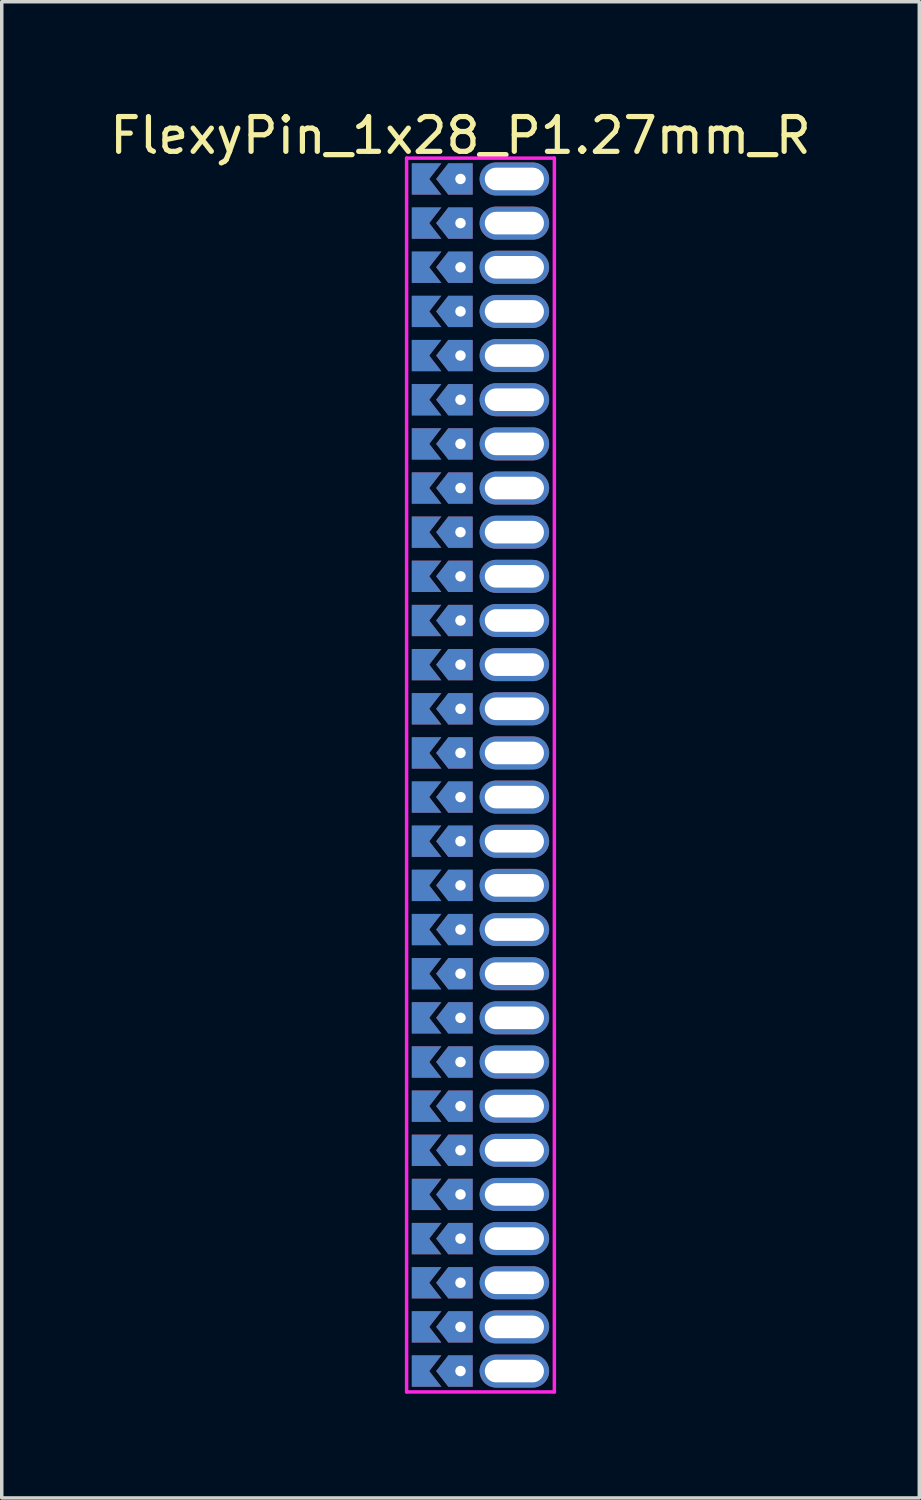
<source format=kicad_pcb>
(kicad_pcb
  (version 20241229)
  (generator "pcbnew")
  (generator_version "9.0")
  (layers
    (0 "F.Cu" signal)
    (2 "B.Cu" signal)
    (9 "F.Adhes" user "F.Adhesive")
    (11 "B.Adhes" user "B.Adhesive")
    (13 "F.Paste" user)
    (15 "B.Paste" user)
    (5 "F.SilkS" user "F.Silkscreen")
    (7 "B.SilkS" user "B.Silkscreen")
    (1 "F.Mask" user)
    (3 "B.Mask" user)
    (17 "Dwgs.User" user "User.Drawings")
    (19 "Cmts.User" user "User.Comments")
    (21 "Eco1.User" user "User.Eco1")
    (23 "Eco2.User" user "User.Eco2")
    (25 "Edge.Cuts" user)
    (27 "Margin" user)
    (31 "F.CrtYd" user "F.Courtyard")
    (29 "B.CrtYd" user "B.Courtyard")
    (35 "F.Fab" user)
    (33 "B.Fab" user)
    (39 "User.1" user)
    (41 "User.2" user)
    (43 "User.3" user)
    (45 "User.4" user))
  (footprint "FlexyPin_1x28_P1.27mm_R"
    (layer "F.Cu")
    (at 10.196 2.098)
    (property "Reference" "FlexyPin_1x28_P1.27mm_R" (at 0 -1.25 0) (layer "F.SilkS") (effects (font (size 1 1) (thickness 0.15))))
    (attr through_hole)
    (fp_line (start -1.55 -0.6) (end 2.7 -0.6) (stroke (width 0.1) (type solid)) (layer "F.CrtYd"))
    (fp_line (start -1.55 34.89) (end -1.55 -0.6) (stroke (width 0.1) (type solid)) (layer "F.CrtYd"))
    (fp_line (start 2.7 -0.6) (end 2.7 34.89) (stroke (width 0.1) (type solid)) (layer "F.CrtYd"))
    (fp_line (start 2.7 34.89) (end -1.55 34.89) (stroke (width 0.1) (type solid)) (layer "F.CrtYd"))
    (pad "" thru_hole custom (at 0 0) (size 0.3 0.3) (drill 0.6) (layers "*.Cu" "*.Mask") (options (anchor rect)) (primitives (gr_poly (pts (xy 0.35 0.45) (xy 0.35 -0.45) (xy -0.35 -0.45) (xy -0.7 0) (xy -0.35 0.45)) (width 0) (fill yes))))
    (pad "" thru_hole custom (at 0 1.27) (size 0.3 0.3) (drill 0.6) (layers "*.Cu" "*.Mask") (options (anchor rect)) (primitives (gr_poly (pts (xy 0.35 0.45) (xy 0.35 -0.45) (xy -0.35 -0.45) (xy -0.7 0) (xy -0.35 0.45)) (width 0) (fill yes))))
    (pad "" thru_hole custom (at 0 2.54) (size 0.3 0.3) (drill 0.6) (layers "*.Cu" "*.Mask") (options (anchor rect)) (primitives (gr_poly (pts (xy 0.35 0.45) (xy 0.35 -0.45) (xy -0.35 -0.45) (xy -0.7 0) (xy -0.35 0.45)) (width 0) (fill yes))))
    (pad "" thru_hole custom (at 0 3.81) (size 0.3 0.3) (drill 0.6) (layers "*.Cu" "*.Mask") (options (anchor rect)) (primitives (gr_poly (pts (xy 0.35 0.45) (xy 0.35 -0.45) (xy -0.35 -0.45) (xy -0.7 0) (xy -0.35 0.45)) (width 0) (fill yes))))
    (pad "" thru_hole custom (at 0 5.08) (size 0.3 0.3) (drill 0.6) (layers "*.Cu" "*.Mask") (options (anchor rect)) (primitives (gr_poly (pts (xy 0.35 0.45) (xy 0.35 -0.45) (xy -0.35 -0.45) (xy -0.7 0) (xy -0.35 0.45)) (width 0) (fill yes))))
    (pad "" thru_hole custom (at 0 6.35) (size 0.3 0.3) (drill 0.6) (layers "*.Cu" "*.Mask") (options (anchor rect)) (primitives (gr_poly (pts (xy 0.35 0.45) (xy 0.35 -0.45) (xy -0.35 -0.45) (xy -0.7 0) (xy -0.35 0.45)) (width 0) (fill yes))))
    (pad "" thru_hole custom (at 0 7.62) (size 0.3 0.3) (drill 0.6) (layers "*.Cu" "*.Mask") (options (anchor rect)) (primitives (gr_poly (pts (xy 0.35 0.45) (xy 0.35 -0.45) (xy -0.35 -0.45) (xy -0.7 0) (xy -0.35 0.45)) (width 0) (fill yes))))
    (pad "" thru_hole custom (at 0 8.89) (size 0.3 0.3) (drill 0.6) (layers "*.Cu" "*.Mask") (options (anchor rect)) (primitives (gr_poly (pts (xy 0.35 0.45) (xy 0.35 -0.45) (xy -0.35 -0.45) (xy -0.7 0) (xy -0.35 0.45)) (width 0) (fill yes))))
    (pad "" thru_hole custom (at 0 10.16) (size 0.3 0.3) (drill 0.6) (layers "*.Cu" "*.Mask") (options (anchor rect)) (primitives (gr_poly (pts (xy 0.35 0.45) (xy 0.35 -0.45) (xy -0.35 -0.45) (xy -0.7 0) (xy -0.35 0.45)) (width 0) (fill yes))))
    (pad "" thru_hole custom (at 0 11.43) (size 0.3 0.3) (drill 0.6) (layers "*.Cu" "*.Mask") (options (anchor rect)) (primitives (gr_poly (pts (xy 0.35 0.45) (xy 0.35 -0.45) (xy -0.35 -0.45) (xy -0.7 0) (xy -0.35 0.45)) (width 0) (fill yes))))
    (pad "" thru_hole custom (at 0 12.7) (size 0.3 0.3) (drill 0.6) (layers "*.Cu" "*.Mask") (options (anchor rect)) (primitives (gr_poly (pts (xy 0.35 0.45) (xy 0.35 -0.45) (xy -0.35 -0.45) (xy -0.7 0) (xy -0.35 0.45)) (width 0) (fill yes))))
    (pad "" thru_hole custom (at 0 13.97) (size 0.3 0.3) (drill 0.6) (layers "*.Cu" "*.Mask") (options (anchor rect)) (primitives (gr_poly (pts (xy 0.35 0.45) (xy 0.35 -0.45) (xy -0.35 -0.45) (xy -0.7 0) (xy -0.35 0.45)) (width 0) (fill yes))))
    (pad "" thru_hole custom (at 0 15.24) (size 0.3 0.3) (drill 0.6) (layers "*.Cu" "*.Mask") (options (anchor rect)) (primitives (gr_poly (pts (xy 0.35 0.45) (xy 0.35 -0.45) (xy -0.35 -0.45) (xy -0.7 0) (xy -0.35 0.45)) (width 0) (fill yes))))
    (pad "" thru_hole custom (at 0 16.51) (size 0.3 0.3) (drill 0.6) (layers "*.Cu" "*.Mask") (options (anchor rect)) (primitives (gr_poly (pts (xy 0.35 0.45) (xy 0.35 -0.45) (xy -0.35 -0.45) (xy -0.7 0) (xy -0.35 0.45)) (width 0) (fill yes))))
    (pad "" thru_hole custom (at 0 17.78) (size 0.3 0.3) (drill 0.6) (layers "*.Cu" "*.Mask") (options (anchor rect)) (primitives (gr_poly (pts (xy 0.35 0.45) (xy 0.35 -0.45) (xy -0.35 -0.45) (xy -0.7 0) (xy -0.35 0.45)) (width 0) (fill yes))))
    (pad "" thru_hole custom (at 0 19.05) (size 0.3 0.3) (drill 0.6) (layers "*.Cu" "*.Mask") (options (anchor rect)) (primitives (gr_poly (pts (xy 0.35 0.45) (xy 0.35 -0.45) (xy -0.35 -0.45) (xy -0.7 0) (xy -0.35 0.45)) (width 0) (fill yes))))
    (pad "" thru_hole custom (at 0 20.32) (size 0.3 0.3) (drill 0.6) (layers "*.Cu" "*.Mask") (options (anchor rect)) (primitives (gr_poly (pts (xy 0.35 0.45) (xy 0.35 -0.45) (xy -0.35 -0.45) (xy -0.7 0) (xy -0.35 0.45)) (width 0) (fill yes))))
    (pad "" thru_hole custom (at 0 21.59) (size 0.3 0.3) (drill 0.6) (layers "*.Cu" "*.Mask") (options (anchor rect)) (primitives (gr_poly (pts (xy 0.35 0.45) (xy 0.35 -0.45) (xy -0.35 -0.45) (xy -0.7 0) (xy -0.35 0.45)) (width 0) (fill yes))))
    (pad "" thru_hole custom (at 0 22.86) (size 0.3 0.3) (drill 0.6) (layers "*.Cu" "*.Mask") (options (anchor rect)) (primitives (gr_poly (pts (xy 0.35 0.45) (xy 0.35 -0.45) (xy -0.35 -0.45) (xy -0.7 0) (xy -0.35 0.45)) (width 0) (fill yes))))
    (pad "" thru_hole custom (at 0 24.13) (size 0.3 0.3) (drill 0.6) (layers "*.Cu" "*.Mask") (options (anchor rect)) (primitives (gr_poly (pts (xy 0.35 0.45) (xy 0.35 -0.45) (xy -0.35 -0.45) (xy -0.7 0) (xy -0.35 0.45)) (width 0) (fill yes))))
    (pad "" thru_hole custom (at 0 25.4) (size 0.3 0.3) (drill 0.6) (layers "*.Cu" "*.Mask") (options (anchor rect)) (primitives (gr_poly (pts (xy 0.35 0.45) (xy 0.35 -0.45) (xy -0.35 -0.45) (xy -0.7 0) (xy -0.35 0.45)) (width 0) (fill yes))))
    (pad "" thru_hole custom (at 0 26.67) (size 0.3 0.3) (drill 0.6) (layers "*.Cu" "*.Mask") (options (anchor rect)) (primitives (gr_poly (pts (xy 0.35 0.45) (xy 0.35 -0.45) (xy -0.35 -0.45) (xy -0.7 0) (xy -0.35 0.45)) (width 0) (fill yes))))
    (pad "" thru_hole custom (at 0 27.94) (size 0.3 0.3) (drill 0.6) (layers "*.Cu" "*.Mask") (options (anchor rect)) (primitives (gr_poly (pts (xy 0.35 0.45) (xy 0.35 -0.45) (xy -0.35 -0.45) (xy -0.7 0) (xy -0.35 0.45)) (width 0) (fill yes))))
    (pad "" thru_hole custom (at 0 29.21) (size 0.3 0.3) (drill 0.6) (layers "*.Cu" "*.Mask") (options (anchor rect)) (primitives (gr_poly (pts (xy 0.35 0.45) (xy 0.35 -0.45) (xy -0.35 -0.45) (xy -0.7 0) (xy -0.35 0.45)) (width 0) (fill yes))))
    (pad "" thru_hole custom (at 0 30.48) (size 0.3 0.3) (drill 0.6) (layers "*.Cu" "*.Mask") (options (anchor rect)) (primitives (gr_poly (pts (xy 0.35 0.45) (xy 0.35 -0.45) (xy -0.35 -0.45) (xy -0.7 0) (xy -0.35 0.45)) (width 0) (fill yes))))
    (pad "" thru_hole custom (at 0 31.75) (size 0.3 0.3) (drill 0.6) (layers "*.Cu" "*.Mask") (options (anchor rect)) (primitives (gr_poly (pts (xy 0.35 0.45) (xy 0.35 -0.45) (xy -0.35 -0.45) (xy -0.7 0) (xy -0.35 0.45)) (width 0) (fill yes))))
    (pad "" thru_hole custom (at 0 33.02) (size 0.3 0.3) (drill 0.6) (layers "*.Cu" "*.Mask") (options (anchor rect)) (primitives (gr_poly (pts (xy 0.35 0.45) (xy 0.35 -0.45) (xy -0.35 -0.45) (xy -0.7 0) (xy -0.35 0.45)) (width 0) (fill yes))))
    (pad "" thru_hole custom (at 0 34.29) (size 0.3 0.3) (drill 0.6) (layers "*.Cu" "*.Mask") (options (anchor rect)) (primitives (gr_poly (pts (xy 0.35 0.45) (xy 0.35 -0.45) (xy -0.35 -0.45) (xy -0.7 0) (xy -0.35 0.45)) (width 0) (fill yes))))
    (pad "" thru_hole oval (at 1.55 0) (size 2 0.95) (drill oval 1.7 0.65) (layers "*.Cu" "*.Mask"))
    (pad "" thru_hole oval (at 1.55 1.27) (size 2 0.95) (drill oval 1.7 0.65) (layers "*.Cu" "*.Mask"))
    (pad "" thru_hole oval (at 1.55 2.54) (size 2 0.95) (drill oval 1.7 0.65) (layers "*.Cu" "*.Mask"))
    (pad "" thru_hole oval (at 1.55 3.81) (size 2 0.95) (drill oval 1.7 0.65) (layers "*.Cu" "*.Mask"))
    (pad "" thru_hole oval (at 1.55 5.08) (size 2 0.95) (drill oval 1.7 0.65) (layers "*.Cu" "*.Mask"))
    (pad "" thru_hole oval (at 1.55 6.35) (size 2 0.95) (drill oval 1.7 0.65) (layers "*.Cu" "*.Mask"))
    (pad "" thru_hole oval (at 1.55 7.62) (size 2 0.95) (drill oval 1.7 0.65) (layers "*.Cu" "*.Mask"))
    (pad "" thru_hole oval (at 1.55 8.89) (size 2 0.95) (drill oval 1.7 0.65) (layers "*.Cu" "*.Mask"))
    (pad "" thru_hole oval (at 1.55 10.16) (size 2 0.95) (drill oval 1.7 0.65) (layers "*.Cu" "*.Mask"))
    (pad "" thru_hole oval (at 1.55 11.43) (size 2 0.95) (drill oval 1.7 0.65) (layers "*.Cu" "*.Mask"))
    (pad "" thru_hole oval (at 1.55 12.7) (size 2 0.95) (drill oval 1.7 0.65) (layers "*.Cu" "*.Mask"))
    (pad "" thru_hole oval (at 1.55 13.97) (size 2 0.95) (drill oval 1.7 0.65) (layers "*.Cu" "*.Mask"))
    (pad "" thru_hole oval (at 1.55 15.24) (size 2 0.95) (drill oval 1.7 0.65) (layers "*.Cu" "*.Mask"))
    (pad "" thru_hole oval (at 1.55 16.51) (size 2 0.95) (drill oval 1.7 0.65) (layers "*.Cu" "*.Mask"))
    (pad "" thru_hole oval (at 1.55 17.78) (size 2 0.95) (drill oval 1.7 0.65) (layers "*.Cu" "*.Mask"))
    (pad "" thru_hole oval (at 1.55 19.05) (size 2 0.95) (drill oval 1.7 0.65) (layers "*.Cu" "*.Mask"))
    (pad "" thru_hole oval (at 1.55 20.32) (size 2 0.95) (drill oval 1.7 0.65) (layers "*.Cu" "*.Mask"))
    (pad "" thru_hole oval (at 1.55 21.59) (size 2 0.95) (drill oval 1.7 0.65) (layers "*.Cu" "*.Mask"))
    (pad "" thru_hole oval (at 1.55 22.86) (size 2 0.95) (drill oval 1.7 0.65) (layers "*.Cu" "*.Mask"))
    (pad "" thru_hole oval (at 1.55 24.13) (size 2 0.95) (drill oval 1.7 0.65) (layers "*.Cu" "*.Mask"))
    (pad "" thru_hole oval (at 1.55 25.4) (size 2 0.95) (drill oval 1.7 0.65) (layers "*.Cu" "*.Mask"))
    (pad "" thru_hole oval (at 1.55 26.67) (size 2 0.95) (drill oval 1.7 0.65) (layers "*.Cu" "*.Mask"))
    (pad "" thru_hole oval (at 1.55 27.94) (size 2 0.95) (drill oval 1.7 0.65) (layers "*.Cu" "*.Mask"))
    (pad "" thru_hole oval (at 1.55 29.21) (size 2 0.95) (drill oval 1.7 0.65) (layers "*.Cu" "*.Mask"))
    (pad "" thru_hole oval (at 1.55 30.48) (size 2 0.95) (drill oval 1.7 0.65) (layers "*.Cu" "*.Mask"))
    (pad "" thru_hole oval (at 1.55 31.75) (size 2 0.95) (drill oval 1.7 0.65) (layers "*.Cu" "*.Mask"))
    (pad "" thru_hole oval (at 1.55 33.02) (size 2 0.95) (drill oval 1.7 0.65) (layers "*.Cu" "*.Mask"))
    (pad "" thru_hole oval (at 1.55 34.29) (size 2 0.95) (drill oval 1.7 0.65) (layers "*.Cu" "*.Mask"))
    (pad "1" smd custom (at -0.9 0) (size 0.01 0.01) (layers "F.Cu" "F.Mask") (options (anchor rect)) (primitives (gr_poly (pts (xy 0 0) (xy 0.35 0.45) (xy -0.5 0.45) (xy -0.5 -0.45) (xy 0.35 -0.45)) (width 0) (fill yes))))
    (pad "1" smd custom (at -0.9 1.27) (size 0.01 0.01) (layers "F.Cu" "F.Mask") (options (anchor rect)) (primitives (gr_poly (pts (xy 0 0) (xy 0.35 0.45) (xy -0.5 0.45) (xy -0.5 -0.45) (xy 0.35 -0.45)) (width 0) (fill yes))))
    (pad "1" smd custom (at -0.9 2.54) (size 0.01 0.01) (layers "F.Cu" "F.Mask") (options (anchor rect)) (primitives (gr_poly (pts (xy 0 0) (xy 0.35 0.45) (xy -0.5 0.45) (xy -0.5 -0.45) (xy 0.35 -0.45)) (width 0) (fill yes))))
    (pad "1" smd custom (at -0.9 3.81) (size 0.01 0.01) (layers "F.Cu" "F.Mask") (options (anchor rect)) (primitives (gr_poly (pts (xy 0 0) (xy 0.35 0.45) (xy -0.5 0.45) (xy -0.5 -0.45) (xy 0.35 -0.45)) (width 0) (fill yes))))
    (pad "1" smd custom (at -0.9 5.08) (size 0.01 0.01) (layers "F.Cu" "F.Mask") (options (anchor rect)) (primitives (gr_poly (pts (xy 0 0) (xy 0.35 0.45) (xy -0.5 0.45) (xy -0.5 -0.45) (xy 0.35 -0.45)) (width 0) (fill yes))))
    (pad "1" smd custom (at -0.9 6.35) (size 0.01 0.01) (layers "F.Cu" "F.Mask") (options (anchor rect)) (primitives (gr_poly (pts (xy 0 0) (xy 0.35 0.45) (xy -0.5 0.45) (xy -0.5 -0.45) (xy 0.35 -0.45)) (width 0) (fill yes))))
    (pad "1" smd custom (at -0.9 7.62) (size 0.01 0.01) (layers "F.Cu" "F.Mask") (options (anchor rect)) (primitives (gr_poly (pts (xy 0 0) (xy 0.35 0.45) (xy -0.5 0.45) (xy -0.5 -0.45) (xy 0.35 -0.45)) (width 0) (fill yes))))
    (pad "1" smd custom (at -0.9 8.89) (size 0.01 0.01) (layers "F.Cu" "F.Mask") (options (anchor rect)) (primitives (gr_poly (pts (xy 0 0) (xy 0.35 0.45) (xy -0.5 0.45) (xy -0.5 -0.45) (xy 0.35 -0.45)) (width 0) (fill yes))))
    (pad "1" smd custom (at -0.9 10.16) (size 0.01 0.01) (layers "F.Cu" "F.Mask") (options (anchor rect)) (primitives (gr_poly (pts (xy 0 0) (xy 0.35 0.45) (xy -0.5 0.45) (xy -0.5 -0.45) (xy 0.35 -0.45)) (width 0) (fill yes))))
    (pad "1" smd custom (at -0.9 11.43) (size 0.01 0.01) (layers "F.Cu" "F.Mask") (options (anchor rect)) (primitives (gr_poly (pts (xy 0 0) (xy 0.35 0.45) (xy -0.5 0.45) (xy -0.5 -0.45) (xy 0.35 -0.45)) (width 0) (fill yes))))
    (pad "1" smd custom (at -0.9 12.7) (size 0.01 0.01) (layers "F.Cu" "F.Mask") (options (anchor rect)) (primitives (gr_poly (pts (xy 0 0) (xy 0.35 0.45) (xy -0.5 0.45) (xy -0.5 -0.45) (xy 0.35 -0.45)) (width 0) (fill yes))))
    (pad "1" smd custom (at -0.9 13.97) (size 0.01 0.01) (layers "F.Cu" "F.Mask") (options (anchor rect)) (primitives (gr_poly (pts (xy 0 0) (xy 0.35 0.45) (xy -0.5 0.45) (xy -0.5 -0.45) (xy 0.35 -0.45)) (width 0) (fill yes))))
    (pad "1" smd custom (at -0.9 15.24) (size 0.01 0.01) (layers "F.Cu" "F.Mask") (options (anchor rect)) (primitives (gr_poly (pts (xy 0 0) (xy 0.35 0.45) (xy -0.5 0.45) (xy -0.5 -0.45) (xy 0.35 -0.45)) (width 0) (fill yes))))
    (pad "1" smd custom (at -0.9 16.51) (size 0.01 0.01) (layers "F.Cu" "F.Mask") (options (anchor rect)) (primitives (gr_poly (pts (xy 0 0) (xy 0.35 0.45) (xy -0.5 0.45) (xy -0.5 -0.45) (xy 0.35 -0.45)) (width 0) (fill yes))))
    (pad "1" smd custom (at -0.9 17.78) (size 0.01 0.01) (layers "F.Cu" "F.Mask") (options (anchor rect)) (primitives (gr_poly (pts (xy 0 0) (xy 0.35 0.45) (xy -0.5 0.45) (xy -0.5 -0.45) (xy 0.35 -0.45)) (width 0) (fill yes))))
    (pad "1" smd custom (at -0.9 19.05) (size 0.01 0.01) (layers "F.Cu" "F.Mask") (options (anchor rect)) (primitives (gr_poly (pts (xy 0 0) (xy 0.35 0.45) (xy -0.5 0.45) (xy -0.5 -0.45) (xy 0.35 -0.45)) (width 0) (fill yes))))
    (pad "1" smd custom (at -0.9 20.32) (size 0.01 0.01) (layers "F.Cu" "F.Mask") (options (anchor rect)) (primitives (gr_poly (pts (xy 0 0) (xy 0.35 0.45) (xy -0.5 0.45) (xy -0.5 -0.45) (xy 0.35 -0.45)) (width 0) (fill yes))))
    (pad "1" smd custom (at -0.9 21.59) (size 0.01 0.01) (layers "F.Cu" "F.Mask") (options (anchor rect)) (primitives (gr_poly (pts (xy 0 0) (xy 0.35 0.45) (xy -0.5 0.45) (xy -0.5 -0.45) (xy 0.35 -0.45)) (width 0) (fill yes))))
    (pad "1" smd custom (at -0.9 22.86) (size 0.01 0.01) (layers "F.Cu" "F.Mask") (options (anchor rect)) (primitives (gr_poly (pts (xy 0 0) (xy 0.35 0.45) (xy -0.5 0.45) (xy -0.5 -0.45) (xy 0.35 -0.45)) (width 0) (fill yes))))
    (pad "1" smd custom (at -0.9 24.13) (size 0.01 0.01) (layers "F.Cu" "F.Mask") (options (anchor rect)) (primitives (gr_poly (pts (xy 0 0) (xy 0.35 0.45) (xy -0.5 0.45) (xy -0.5 -0.45) (xy 0.35 -0.45)) (width 0) (fill yes))))
    (pad "1" smd custom (at -0.9 25.4) (size 0.01 0.01) (layers "F.Cu" "F.Mask") (options (anchor rect)) (primitives (gr_poly (pts (xy 0 0) (xy 0.35 0.45) (xy -0.5 0.45) (xy -0.5 -0.45) (xy 0.35 -0.45)) (width 0) (fill yes))))
    (pad "1" smd custom (at -0.9 26.67) (size 0.01 0.01) (layers "F.Cu" "F.Mask") (options (anchor rect)) (primitives (gr_poly (pts (xy 0 0) (xy 0.35 0.45) (xy -0.5 0.45) (xy -0.5 -0.45) (xy 0.35 -0.45)) (width 0) (fill yes))))
    (pad "1" smd custom (at -0.9 27.94) (size 0.01 0.01) (layers "F.Cu" "F.Mask") (options (anchor rect)) (primitives (gr_poly (pts (xy 0 0) (xy 0.35 0.45) (xy -0.5 0.45) (xy -0.5 -0.45) (xy 0.35 -0.45)) (width 0) (fill yes))))
    (pad "1" smd custom (at -0.9 29.21) (size 0.01 0.01) (layers "F.Cu" "F.Mask") (options (anchor rect)) (primitives (gr_poly (pts (xy 0 0) (xy 0.35 0.45) (xy -0.5 0.45) (xy -0.5 -0.45) (xy 0.35 -0.45)) (width 0) (fill yes))))
    (pad "1" smd custom (at -0.9 30.48) (size 0.01 0.01) (layers "F.Cu" "F.Mask") (options (anchor rect)) (primitives (gr_poly (pts (xy 0 0) (xy 0.35 0.45) (xy -0.5 0.45) (xy -0.5 -0.45) (xy 0.35 -0.45)) (width 0) (fill yes))))
    (pad "1" smd custom (at -0.9 31.75) (size 0.01 0.01) (layers "F.Cu" "F.Mask") (options (anchor rect)) (primitives (gr_poly (pts (xy 0 0) (xy 0.35 0.45) (xy -0.5 0.45) (xy -0.5 -0.45) (xy 0.35 -0.45)) (width 0) (fill yes))))
    (pad "1" smd custom (at -0.9 33.02) (size 0.01 0.01) (layers "F.Cu" "F.Mask") (options (anchor rect)) (primitives (gr_poly (pts (xy 0 0) (xy 0.35 0.45) (xy -0.5 0.45) (xy -0.5 -0.45) (xy 0.35 -0.45)) (width 0) (fill yes))))
    (pad "1" smd custom (at -0.9 34.29) (size 0.01 0.01) (layers "F.Cu" "F.Mask") (options (anchor rect)) (primitives (gr_poly (pts (xy 0 0) (xy 0.35 0.45) (xy -0.5 0.45) (xy -0.5 -0.45) (xy 0.35 -0.45)) (width 0) (fill yes))))
    (pad "2" smd custom (at -0.9 0) (size 0.01 0.01) (layers "B.Cu" "B.Mask") (options (anchor rect)) (primitives (gr_poly (pts (xy 0 0) (xy 0.35 0.45) (xy -0.5 0.45) (xy -0.5 -0.45) (xy 0.35 -0.45)) (width 0) (fill yes))))
    (pad "2" smd custom (at -0.9 1.27) (size 0.01 0.01) (layers "B.Cu" "B.Mask") (options (anchor rect)) (primitives (gr_poly (pts (xy 0 0) (xy 0.35 0.45) (xy -0.5 0.45) (xy -0.5 -0.45) (xy 0.35 -0.45)) (width 0) (fill yes))))
    (pad "2" smd custom (at -0.9 2.54) (size 0.01 0.01) (layers "B.Cu" "B.Mask") (options (anchor rect)) (primitives (gr_poly (pts (xy 0 0) (xy 0.35 0.45) (xy -0.5 0.45) (xy -0.5 -0.45) (xy 0.35 -0.45)) (width 0) (fill yes))))
    (pad "2" smd custom (at -0.9 3.81) (size 0.01 0.01) (layers "B.Cu" "B.Mask") (options (anchor rect)) (primitives (gr_poly (pts (xy 0 0) (xy 0.35 0.45) (xy -0.5 0.45) (xy -0.5 -0.45) (xy 0.35 -0.45)) (width 0) (fill yes))))
    (pad "2" smd custom (at -0.9 5.08) (size 0.01 0.01) (layers "B.Cu" "B.Mask") (options (anchor rect)) (primitives (gr_poly (pts (xy 0 0) (xy 0.35 0.45) (xy -0.5 0.45) (xy -0.5 -0.45) (xy 0.35 -0.45)) (width 0) (fill yes))))
    (pad "2" smd custom (at -0.9 6.35) (size 0.01 0.01) (layers "B.Cu" "B.Mask") (options (anchor rect)) (primitives (gr_poly (pts (xy 0 0) (xy 0.35 0.45) (xy -0.5 0.45) (xy -0.5 -0.45) (xy 0.35 -0.45)) (width 0) (fill yes))))
    (pad "2" smd custom (at -0.9 7.62) (size 0.01 0.01) (layers "B.Cu" "B.Mask") (options (anchor rect)) (primitives (gr_poly (pts (xy 0 0) (xy 0.35 0.45) (xy -0.5 0.45) (xy -0.5 -0.45) (xy 0.35 -0.45)) (width 0) (fill yes))))
    (pad "2" smd custom (at -0.9 8.89) (size 0.01 0.01) (layers "B.Cu" "B.Mask") (options (anchor rect)) (primitives (gr_poly (pts (xy 0 0) (xy 0.35 0.45) (xy -0.5 0.45) (xy -0.5 -0.45) (xy 0.35 -0.45)) (width 0) (fill yes))))
    (pad "2" smd custom (at -0.9 10.16) (size 0.01 0.01) (layers "B.Cu" "B.Mask") (options (anchor rect)) (primitives (gr_poly (pts (xy 0 0) (xy 0.35 0.45) (xy -0.5 0.45) (xy -0.5 -0.45) (xy 0.35 -0.45)) (width 0) (fill yes))))
    (pad "2" smd custom (at -0.9 11.43) (size 0.01 0.01) (layers "B.Cu" "B.Mask") (options (anchor rect)) (primitives (gr_poly (pts (xy 0 0) (xy 0.35 0.45) (xy -0.5 0.45) (xy -0.5 -0.45) (xy 0.35 -0.45)) (width 0) (fill yes))))
    (pad "2" smd custom (at -0.9 12.7) (size 0.01 0.01) (layers "B.Cu" "B.Mask") (options (anchor rect)) (primitives (gr_poly (pts (xy 0 0) (xy 0.35 0.45) (xy -0.5 0.45) (xy -0.5 -0.45) (xy 0.35 -0.45)) (width 0) (fill yes))))
    (pad "2" smd custom (at -0.9 13.97) (size 0.01 0.01) (layers "B.Cu" "B.Mask") (options (anchor rect)) (primitives (gr_poly (pts (xy 0 0) (xy 0.35 0.45) (xy -0.5 0.45) (xy -0.5 -0.45) (xy 0.35 -0.45)) (width 0) (fill yes))))
    (pad "2" smd custom (at -0.9 15.24) (size 0.01 0.01) (layers "B.Cu" "B.Mask") (options (anchor rect)) (primitives (gr_poly (pts (xy 0 0) (xy 0.35 0.45) (xy -0.5 0.45) (xy -0.5 -0.45) (xy 0.35 -0.45)) (width 0) (fill yes))))
    (pad "2" smd custom (at -0.9 16.51) (size 0.01 0.01) (layers "B.Cu" "B.Mask") (options (anchor rect)) (primitives (gr_poly (pts (xy 0 0) (xy 0.35 0.45) (xy -0.5 0.45) (xy -0.5 -0.45) (xy 0.35 -0.45)) (width 0) (fill yes))))
    (pad "2" smd custom (at -0.9 17.78) (size 0.01 0.01) (layers "B.Cu" "B.Mask") (options (anchor rect)) (primitives (gr_poly (pts (xy 0 0) (xy 0.35 0.45) (xy -0.5 0.45) (xy -0.5 -0.45) (xy 0.35 -0.45)) (width 0) (fill yes))))
    (pad "2" smd custom (at -0.9 19.05) (size 0.01 0.01) (layers "B.Cu" "B.Mask") (options (anchor rect)) (primitives (gr_poly (pts (xy 0 0) (xy 0.35 0.45) (xy -0.5 0.45) (xy -0.5 -0.45) (xy 0.35 -0.45)) (width 0) (fill yes))))
    (pad "2" smd custom (at -0.9 20.32) (size 0.01 0.01) (layers "B.Cu" "B.Mask") (options (anchor rect)) (primitives (gr_poly (pts (xy 0 0) (xy 0.35 0.45) (xy -0.5 0.45) (xy -0.5 -0.45) (xy 0.35 -0.45)) (width 0) (fill yes))))
    (pad "2" smd custom (at -0.9 21.59) (size 0.01 0.01) (layers "B.Cu" "B.Mask") (options (anchor rect)) (primitives (gr_poly (pts (xy 0 0) (xy 0.35 0.45) (xy -0.5 0.45) (xy -0.5 -0.45) (xy 0.35 -0.45)) (width 0) (fill yes))))
    (pad "2" smd custom (at -0.9 22.86) (size 0.01 0.01) (layers "B.Cu" "B.Mask") (options (anchor rect)) (primitives (gr_poly (pts (xy 0 0) (xy 0.35 0.45) (xy -0.5 0.45) (xy -0.5 -0.45) (xy 0.35 -0.45)) (width 0) (fill yes))))
    (pad "2" smd custom (at -0.9 24.13) (size 0.01 0.01) (layers "B.Cu" "B.Mask") (options (anchor rect)) (primitives (gr_poly (pts (xy 0 0) (xy 0.35 0.45) (xy -0.5 0.45) (xy -0.5 -0.45) (xy 0.35 -0.45)) (width 0) (fill yes))))
    (pad "2" smd custom (at -0.9 25.4) (size 0.01 0.01) (layers "B.Cu" "B.Mask") (options (anchor rect)) (primitives (gr_poly (pts (xy 0 0) (xy 0.35 0.45) (xy -0.5 0.45) (xy -0.5 -0.45) (xy 0.35 -0.45)) (width 0) (fill yes))))
    (pad "2" smd custom (at -0.9 26.67) (size 0.01 0.01) (layers "B.Cu" "B.Mask") (options (anchor rect)) (primitives (gr_poly (pts (xy 0 0) (xy 0.35 0.45) (xy -0.5 0.45) (xy -0.5 -0.45) (xy 0.35 -0.45)) (width 0) (fill yes))))
    (pad "2" smd custom (at -0.9 27.94) (size 0.01 0.01) (layers "B.Cu" "B.Mask") (options (anchor rect)) (primitives (gr_poly (pts (xy 0 0) (xy 0.35 0.45) (xy -0.5 0.45) (xy -0.5 -0.45) (xy 0.35 -0.45)) (width 0) (fill yes))))
    (pad "2" smd custom (at -0.9 29.21) (size 0.01 0.01) (layers "B.Cu" "B.Mask") (options (anchor rect)) (primitives (gr_poly (pts (xy 0 0) (xy 0.35 0.45) (xy -0.5 0.45) (xy -0.5 -0.45) (xy 0.35 -0.45)) (width 0) (fill yes))))
    (pad "2" smd custom (at -0.9 30.48) (size 0.01 0.01) (layers "B.Cu" "B.Mask") (options (anchor rect)) (primitives (gr_poly (pts (xy 0 0) (xy 0.35 0.45) (xy -0.5 0.45) (xy -0.5 -0.45) (xy 0.35 -0.45)) (width 0) (fill yes))))
    (pad "2" smd custom (at -0.9 31.75) (size 0.01 0.01) (layers "B.Cu" "B.Mask") (options (anchor rect)) (primitives (gr_poly (pts (xy 0 0) (xy 0.35 0.45) (xy -0.5 0.45) (xy -0.5 -0.45) (xy 0.35 -0.45)) (width 0) (fill yes))))
    (pad "2" smd custom (at -0.9 33.02) (size 0.01 0.01) (layers "B.Cu" "B.Mask") (options (anchor rect)) (primitives (gr_poly (pts (xy 0 0) (xy 0.35 0.45) (xy -0.5 0.45) (xy -0.5 -0.45) (xy 0.35 -0.45)) (width 0) (fill yes))))
    (pad "2" smd custom (at -0.9 34.29) (size 0.01 0.01) (layers "B.Cu" "B.Mask") (options (anchor rect)) (primitives (gr_poly (pts (xy 0 0) (xy 0.35 0.45) (xy -0.5 0.45) (xy -0.5 -0.45) (xy 0.35 -0.45)) (width 0) (fill yes)))))
  (gr_rect
    (start -3 -3)
    (end 23.393 40.038)
    (stroke (width 0.1) (type default))
    (fill no)
    (layer "Edge.Cuts")))
</source>
